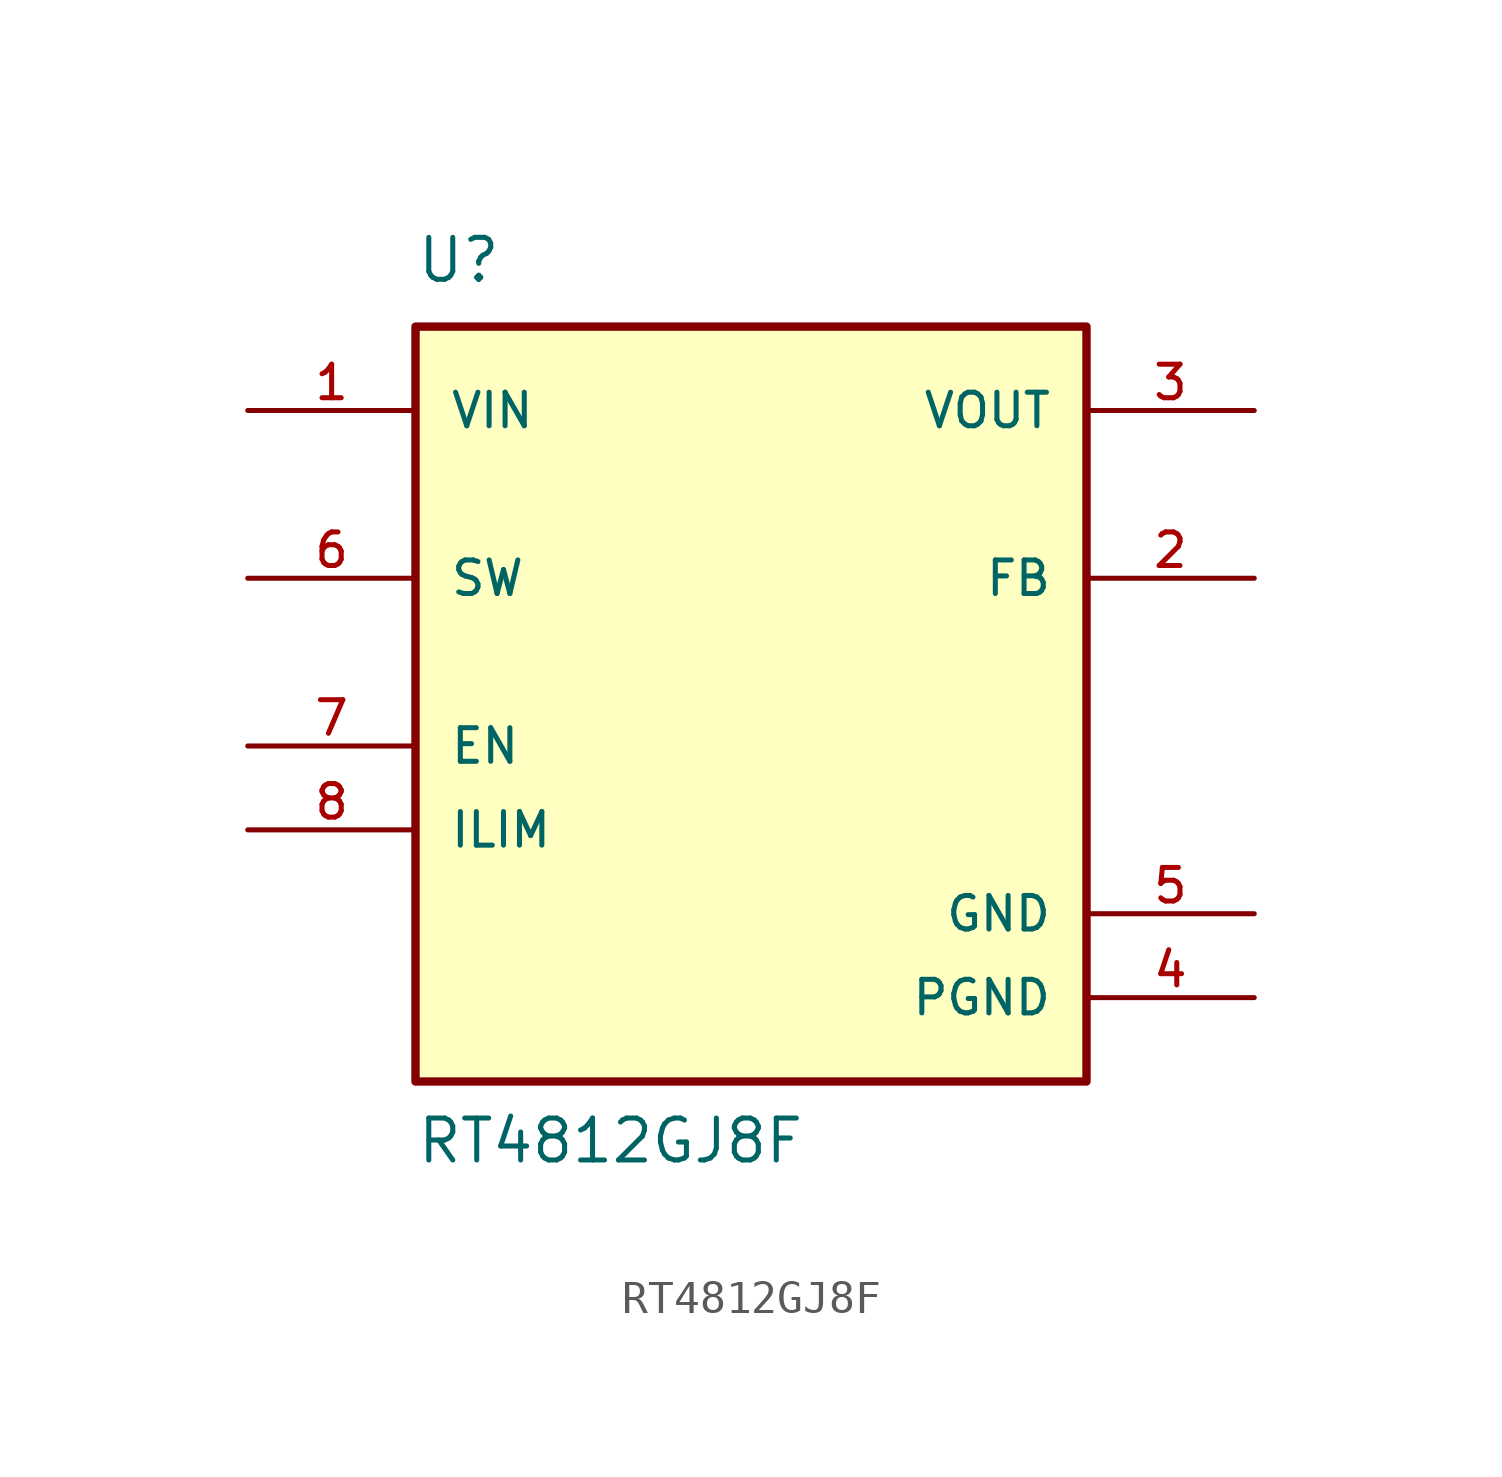
<source format=kicad_sym>
(kicad_symbol_lib
  (version 20211014)
  (generator kicad_symbol_editor)
  (symbol "RT4812GJ8F"
    (pin_names
      (offset 1.016))
    (property "Reference" "U"
      (at -10.16 11.43 0)
      (effects (font (size 1.27 1.27)) (justify bottom left)))
    (property "Value" "RT4812GJ8F"
      (at -10.16 -15.24 0)
      (effects (font (size 1.27 1.27)) (justify bottom left)))
    (symbol "RT4812GJ8F_0_0"
      (rectangle (start -10.16 -12.7) (end 10.16 10.16) (stroke (width 0.254)) (fill (type background)))
      (pin power_in line (at 15.24 -7.62 180.0) (length 5.08) (name "GND" (effects (font (size 1.016 1.016)))) (number "5" (effects (font (size 1.016 1.016)))))
      (pin passive line (at -15.24 2.54 0) (length 5.08) (name "SW" (effects (font (size 1.016 1.016)))) (number "6" (effects (font (size 1.016 1.016)))))
      (pin input line (at -15.24 7.62 0) (length 5.08) (name "VIN" (effects (font (size 1.016 1.016)))) (number "1" (effects (font (size 1.016 1.016)))))
      (pin input line (at 15.24 2.54 180.0) (length 5.08) (name "FB" (effects (font (size 1.016 1.016)))) (number "2" (effects (font (size 1.016 1.016)))))
      (pin input line (at -15.24 -2.54 0) (length 5.08) (name "EN" (effects (font (size 1.016 1.016)))) (number "7" (effects (font (size 1.016 1.016)))))
      (pin input line (at -15.24 -5.08 0) (length 5.08) (name "ILIM" (effects (font (size 1.016 1.016)))) (number "8" (effects (font (size 1.016 1.016)))))
      (pin output line (at 15.24 7.62 180.0) (length 5.08) (name "VOUT" (effects (font (size 1.016 1.016)))) (number "3" (effects (font (size 1.016 1.016)))))
      (pin power_in line (at 15.24 -10.16 180.0) (length 5.08) (name "PGND" (effects (font (size 1.016 1.016)))) (number "4" (effects (font (size 1.016 1.016))))))))
</source>
